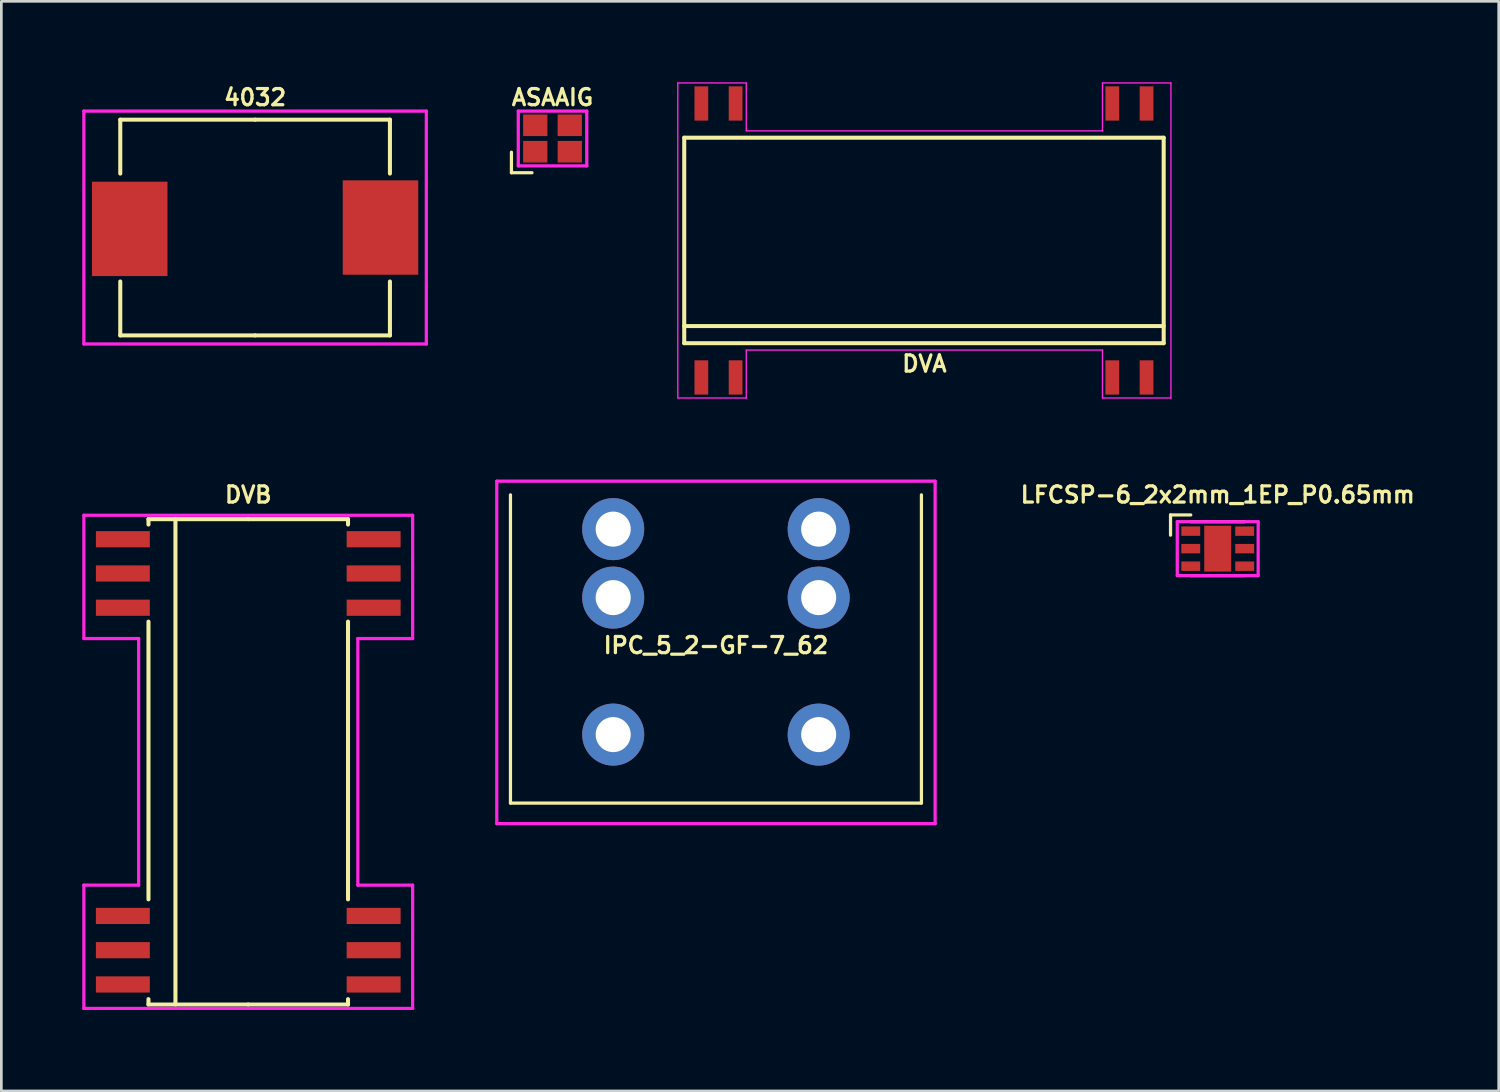
<source format=kicad_pcb>
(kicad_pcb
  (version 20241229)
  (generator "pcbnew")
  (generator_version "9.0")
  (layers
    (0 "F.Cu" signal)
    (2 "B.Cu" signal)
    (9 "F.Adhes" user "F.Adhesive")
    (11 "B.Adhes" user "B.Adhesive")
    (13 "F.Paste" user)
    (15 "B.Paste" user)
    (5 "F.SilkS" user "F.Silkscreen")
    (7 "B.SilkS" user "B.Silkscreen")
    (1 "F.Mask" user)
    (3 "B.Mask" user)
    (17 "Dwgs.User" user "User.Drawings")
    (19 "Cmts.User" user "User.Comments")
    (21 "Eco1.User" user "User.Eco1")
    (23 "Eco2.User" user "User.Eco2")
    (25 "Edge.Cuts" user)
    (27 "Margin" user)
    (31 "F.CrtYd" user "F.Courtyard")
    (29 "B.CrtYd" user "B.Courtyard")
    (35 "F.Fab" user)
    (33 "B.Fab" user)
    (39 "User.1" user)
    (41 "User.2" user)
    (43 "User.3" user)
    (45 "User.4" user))
  (footprint "ASAAIG"
    (layer "F.Cu")
    (at 17.44 2.086)
    (property "Reference" "ASAAIG" (at 0 -1.524 0) (layer "F.SilkS") (effects (font (size 0.6 0.6) (thickness 0.12))))
    (attr through_hole)
    (fp_line (start -1.524 0.508) (end -1.524 1.27) (stroke (width 0.12) (type solid)) (layer "F.SilkS"))
    (fp_line (start -1.524 1.27) (end -0.762 1.27) (stroke (width 0.12) (type solid)) (layer "F.SilkS"))
    (fp_line (start -1.27 -1.016) (end 1.27 -1.016) (stroke (width 0.12) (type solid)) (layer "F.CrtYd"))
    (fp_line (start -1.27 1.016) (end -1.27 -1.016) (stroke (width 0.12) (type solid)) (layer "F.CrtYd"))
    (fp_line (start 1.27 -1.016) (end 1.27 1.016) (stroke (width 0.12) (type solid)) (layer "F.CrtYd"))
    (fp_line (start 1.27 1.016) (end -1.27 1.016) (stroke (width 0.12) (type solid)) (layer "F.CrtYd"))
    (pad "1" smd rect (at -0.64 0.49) (size 0.9 0.8) (layers "F.Cu" "F.Mask" "F.Paste"))
    (pad "2" smd rect (at 0.64 0.49) (size 0.9 0.8) (layers "F.Cu" "F.Mask" "F.Paste"))
    (pad "3" smd rect (at 0.64 -0.49) (size 0.9 0.8) (layers "F.Cu" "F.Mask" "F.Paste"))
    (pad "4" smd rect (at -0.64 -0.49) (size 0.9 0.8) (layers "F.Cu" "F.Mask" "F.Paste")))
  (footprint "LFCSP-6_2x2mm_1EP_P0.65mm"
    (layer "F.Cu")
    (at 42.108 17.296)
    (property "Reference" "LFCSP-6_2x2mm_1EP_P0.65mm" (at 0 -2 0) (layer "F.SilkS") (effects (font (size 0.6 0.6) (thickness 0.12))))
    (attr through_hole)
    (fp_line (start -1.75 -1.25) (end -1 -1.25) (stroke (width 0.12) (type solid)) (layer "F.SilkS"))
    (fp_line (start -1.75 -0.5) (end -1.75 -1.25) (stroke (width 0.12) (type solid)) (layer "F.SilkS"))
    (fp_line (start -1 -1) (end 1 -1) (stroke (width 0.12) (type solid)) (layer "F.SilkS"))
    (fp_line (start -1 1) (end 1 1) (stroke (width 0.12) (type solid)) (layer "F.SilkS"))
    (fp_line (start -1.5 -1) (end 1.5 -1) (stroke (width 0.12) (type solid)) (layer "F.CrtYd"))
    (fp_line (start -1.5 1) (end -1.5 -1) (stroke (width 0.12) (type solid)) (layer "F.CrtYd"))
    (fp_line (start 1.5 -1) (end 1.5 1) (stroke (width 0.12) (type solid)) (layer "F.CrtYd"))
    (fp_line (start 1.5 1) (end -1.5 1) (stroke (width 0.12) (type solid)) (layer "F.CrtYd"))
    (pad "1" smd rect (at -1 -0.65) (size 0.7 0.35) (layers "F.Cu" "F.Mask" "F.Paste"))
    (pad "2" smd rect (at -1 0) (size 0.7 0.35) (layers "F.Cu" "F.Mask" "F.Paste"))
    (pad "3" smd rect (at -1 0.65) (size 0.7 0.35) (layers "F.Cu" "F.Mask" "F.Paste"))
    (pad "4" smd rect (at 1 0.65) (size 0.7 0.35) (layers "F.Cu" "F.Mask" "F.Paste"))
    (pad "5" smd rect (at 1 0) (size 0.7 0.35) (layers "F.Cu" "F.Mask" "F.Paste"))
    (pad "6" smd rect (at 1 -0.65) (size 0.7 0.35) (layers "F.Cu" "F.Mask" "F.Paste"))
    (pad "7" smd rect (at 0 0) (size 1 1.7) (layers "F.Cu" "F.Mask" "F.Paste")))
  (footprint "4032"
    (layer "F.Cu")
    (at 6.41 5.388)
    (property "Reference" "4032" (at 0 -4.826 0) (layer "F.SilkS") (effects (font (size 0.6 0.6) (thickness 0.12))))
    (attr through_hole)
    (fp_line (start -5 -4) (end -5 -2) (stroke (width 0.15) (type solid)) (layer "F.SilkS"))
    (fp_line (start -5 4) (end -5 2) (stroke (width 0.15) (type solid)) (layer "F.SilkS"))
    (fp_line (start 0 -4) (end -5 -4) (stroke (width 0.15) (type solid)) (layer "F.SilkS"))
    (fp_line (start 0 -4) (end 5 -4) (stroke (width 0.15) (type solid)) (layer "F.SilkS"))
    (fp_line (start 0 4) (end -5 4) (stroke (width 0.15) (type solid)) (layer "F.SilkS"))
    (fp_line (start 0 4) (end 5 4) (stroke (width 0.15) (type solid)) (layer "F.SilkS"))
    (fp_line (start 5 -4) (end 5 -2) (stroke (width 0.15) (type solid)) (layer "F.SilkS"))
    (fp_line (start 5 4) (end 5 2) (stroke (width 0.15) (type solid)) (layer "F.SilkS"))
    (fp_line (start -6.35 -4.318) (end 6.35 -4.318) (stroke (width 0.12) (type solid)) (layer "F.CrtYd"))
    (fp_line (start -6.35 4.318) (end -6.35 -4.318) (stroke (width 0.12) (type solid)) (layer "F.CrtYd"))
    (fp_line (start 6.35 -4.318) (end 6.35 4.318) (stroke (width 0.12) (type solid)) (layer "F.CrtYd"))
    (fp_line (start 6.35 4.318) (end -6.35 4.318) (stroke (width 0.12) (type solid)) (layer "F.CrtYd"))
    (pad "1" smd rect (at -4.65 0.05) (size 2.8 3.5) (layers "F.Cu" "F.Mask" "F.Paste"))
    (pad "2" smd rect (at 4.65 0) (size 2.8 3.5) (layers "F.Cu" "F.Mask" "F.Paste")))
  (footprint "DVB"
    (layer "F.Cu")
    (at 6.156 25.202)
    (property "Reference" "DVB" (at 0 -9.906 180) (layer "F.SilkS") (effects (font (size 0.6 0.6) (thickness 0.12))))
    (attr through_hole)
    (fp_line (start -3.7 -9) (end -3.7 -8.8) (stroke (width 0.15) (type solid)) (layer "F.SilkS"))
    (fp_line (start -3.7 -5.2) (end -3.7 5.1) (stroke (width 0.15) (type solid)) (layer "F.SilkS"))
    (fp_line (start -3.7 8.8) (end -3.7 9) (stroke (width 0.15) (type solid)) (layer "F.SilkS"))
    (fp_line (start -3.7 9) (end 0 9) (stroke (width 0.15) (type solid)) (layer "F.SilkS"))
    (fp_line (start -2.7 -9) (end -2.7 9) (stroke (width 0.15) (type solid)) (layer "F.SilkS"))
    (fp_line (start 0 -9) (end -3.7 -9) (stroke (width 0.15) (type solid)) (layer "F.SilkS"))
    (fp_line (start 0 -9) (end 3.7 -9) (stroke (width 0.15) (type solid)) (layer "F.SilkS"))
    (fp_line (start 0 9) (end 3.7 9) (stroke (width 0.15) (type solid)) (layer "F.SilkS"))
    (fp_line (start 3.7 -9) (end 3.7 -8.8) (stroke (width 0.15) (type solid)) (layer "F.SilkS"))
    (fp_line (start 3.7 -5.1) (end 3.7 -5.2) (stroke (width 0.15) (type solid)) (layer "F.SilkS"))
    (fp_line (start 3.7 5.1) (end 3.7 -5.1) (stroke (width 0.15) (type solid)) (layer "F.SilkS"))
    (fp_line (start 3.7 9) (end 3.7 8.8) (stroke (width 0.15) (type solid)) (layer "F.SilkS"))
    (fp_line (start -6.096 -9.144) (end -6.096 -4.572) (stroke (width 0.12) (type solid)) (layer "F.CrtYd"))
    (fp_line (start -6.096 -9.144) (end 6.096 -9.144) (stroke (width 0.12) (type solid)) (layer "F.CrtYd"))
    (fp_line (start -6.096 -4.572) (end -4.064 -4.572) (stroke (width 0.12) (type solid)) (layer "F.CrtYd"))
    (fp_line (start -6.096 4.572) (end -6.096 9.144) (stroke (width 0.12) (type solid)) (layer "F.CrtYd"))
    (fp_line (start -4.064 -4.572) (end -4.064 4.572) (stroke (width 0.12) (type solid)) (layer "F.CrtYd"))
    (fp_line (start -4.064 4.572) (end -6.096 4.572) (stroke (width 0.12) (type solid)) (layer "F.CrtYd"))
    (fp_line (start 4.064 -4.572) (end 6.096 -4.572) (stroke (width 0.12) (type solid)) (layer "F.CrtYd"))
    (fp_line (start 4.064 4.572) (end 4.064 -4.572) (stroke (width 0.12) (type solid)) (layer "F.CrtYd"))
    (fp_line (start 6.096 -4.572) (end 6.096 -9.144) (stroke (width 0.12) (type solid)) (layer "F.CrtYd"))
    (fp_line (start 6.096 4.572) (end 4.064 4.572) (stroke (width 0.12) (type solid)) (layer "F.CrtYd"))
    (fp_line (start 6.096 9.144) (end -6.096 9.144) (stroke (width 0.12) (type solid)) (layer "F.CrtYd"))
    (fp_line (start 6.096 9.144) (end 6.096 4.572) (stroke (width 0.12) (type solid)) (layer "F.CrtYd"))
    (pad "1" smd rect (at -4.65 -8.255) (size 2 0.6) (layers "F.Cu" "F.Mask" "F.Paste"))
    (pad "2" smd rect (at -4.65 -6.985) (size 2 0.6) (layers "F.Cu" "F.Mask" "F.Paste"))
    (pad "3" smd rect (at -4.65 -5.715) (size 2 0.6) (layers "F.Cu" "F.Mask" "F.Paste"))
    (pad "12" smd rect (at -4.65 5.715) (size 2 0.6) (layers "F.Cu" "F.Mask" "F.Paste"))
    (pad "13" smd rect (at -4.65 6.985) (size 2 0.6) (layers "F.Cu" "F.Mask" "F.Paste"))
    (pad "14" smd rect (at -4.65 8.255) (size 2 0.6) (layers "F.Cu" "F.Mask" "F.Paste"))
    (pad "15" smd rect (at 4.65 8.255) (size 2 0.6) (layers "F.Cu" "F.Mask" "F.Paste"))
    (pad "16" smd rect (at 4.65 6.985) (size 2 0.6) (layers "F.Cu" "F.Mask" "F.Paste"))
    (pad "17" smd rect (at 4.65 5.715) (size 2 0.6) (layers "F.Cu" "F.Mask" "F.Paste"))
    (pad "26" smd rect (at 4.65 -5.715) (size 2 0.6) (layers "F.Cu" "F.Mask" "F.Paste"))
    (pad "27" smd rect (at 4.65 -6.985) (size 2 0.6) (layers "F.Cu" "F.Mask" "F.Paste"))
    (pad "28" smd rect (at 4.65 -8.255) (size 2 0.6) (layers "F.Cu" "F.Mask" "F.Paste")))
  (footprint "IPC_5_2-GF-7_62"
    (layer "F.Cu")
    (at 23.5 20.382)
    (property "Reference" "IPC_5_2-GF-7_62" (at 0 0.5 0) (layer "F.SilkS") (effects (font (size 0.6 0.6) (thickness 0.12))))
    (attr through_hole)
    (fp_line (start -7.62 6.35) (end -7.62 -5.08) (stroke (width 0.12) (type solid)) (layer "F.SilkS"))
    (fp_line (start 7.62 -5.08) (end 7.62 6.35) (stroke (width 0.12) (type solid)) (layer "F.SilkS"))
    (fp_line (start 7.62 6.35) (end -7.62 6.35) (stroke (width 0.12) (type solid)) (layer "F.SilkS"))
    (fp_line (start -8.128 -5.588) (end -8.128 7.112) (stroke (width 0.12) (type solid)) (layer "F.CrtYd"))
    (fp_line (start -8.128 7.112) (end 8.128 7.112) (stroke (width 0.12) (type solid)) (layer "F.CrtYd"))
    (fp_line (start 8.128 -5.588) (end -8.128 -5.588) (stroke (width 0.12) (type solid)) (layer "F.CrtYd"))
    (fp_line (start 8.128 7.112) (end 8.128 -5.588) (stroke (width 0.12) (type solid)) (layer "F.CrtYd"))
    (pad "1" thru_hole circle (at 3.81 -3.81) (size 2.3 2.3) (drill 1.3) (layers "*.Cu" "*.Mask"))
    (pad "1" thru_hole circle (at 3.81 -1.27) (size 2.3 2.3) (drill 1.3) (layers "*.Cu" "*.Mask"))
    (pad "1" thru_hole circle (at 3.81 3.81) (size 2.3 2.3) (drill 1.3) (layers "*.Cu" "*.Mask"))
    (pad "2" thru_hole circle (at -3.81 -3.81) (size 2.3 2.3) (drill 1.3) (layers "*.Cu" "*.Mask"))
    (pad "2" thru_hole circle (at -3.81 -1.27) (size 2.3 2.3) (drill 1.3) (layers "*.Cu" "*.Mask"))
    (pad "2" thru_hole circle (at -3.81 3.81) (size 2.3 2.3) (drill 1.3) (layers "*.Cu" "*.Mask")))
  (footprint "DVA"
    (layer "F.Cu")
    (at 31.229 5.867)
    (property "Reference" "DVA" (at 0 4.572 180) (layer "F.SilkS") (effects (font (size 0.6 0.6) (thickness 0.12))))
    (attr through_hole)
    (fp_line (start -8.905 -3.81) (end 8.875 -3.81) (stroke (width 0.15) (type solid)) (layer "F.SilkS"))
    (fp_line (start -8.905 3.175) (end 8.875 3.175) (stroke (width 0.15) (type solid)) (layer "F.SilkS"))
    (fp_line (start -8.905 3.81) (end -8.905 -3.81) (stroke (width 0.15) (type solid)) (layer "F.SilkS"))
    (fp_line (start 8.875 -3.81) (end 8.875 3.81) (stroke (width 0.15) (type solid)) (layer "F.SilkS"))
    (fp_line (start 8.875 3.81) (end -8.905 3.81) (stroke (width 0.15) (type solid)) (layer "F.SilkS"))
    (fp_line (start -9.144 -5.842) (end -6.604 -5.842) (stroke (width 0.05) (type solid)) (layer "F.CrtYd"))
    (fp_line (start -9.144 5.842) (end -9.144 -5.842) (stroke (width 0.05) (type solid)) (layer "F.CrtYd"))
    (fp_line (start -9.144 5.842) (end -6.604 5.842) (stroke (width 0.05) (type solid)) (layer "F.CrtYd"))
    (fp_line (start -6.604 -5.842) (end -6.604 -4.064) (stroke (width 0.05) (type solid)) (layer "F.CrtYd"))
    (fp_line (start -6.604 -4.064) (end 6.604 -4.064) (stroke (width 0.05) (type solid)) (layer "F.CrtYd"))
    (fp_line (start -6.604 4.064) (end 6.604 4.064) (stroke (width 0.05) (type solid)) (layer "F.CrtYd"))
    (fp_line (start -6.604 5.842) (end -6.604 4.064) (stroke (width 0.05) (type solid)) (layer "F.CrtYd"))
    (fp_line (start 6.604 -5.842) (end 9.144 -5.842) (stroke (width 0.05) (type solid)) (layer "F.CrtYd"))
    (fp_line (start 6.604 -4.064) (end 6.604 -5.842) (stroke (width 0.05) (type solid)) (layer "F.CrtYd"))
    (fp_line (start 6.604 4.064) (end 6.604 5.842) (stroke (width 0.05) (type solid)) (layer "F.CrtYd"))
    (fp_line (start 6.604 5.842) (end 9.144 5.842) (stroke (width 0.05) (type solid)) (layer "F.CrtYd"))
    (fp_line (start 9.144 -5.842) (end 9.144 5.842) (stroke (width 0.05) (type solid)) (layer "F.CrtYd"))
    (pad "1" smd rect (at -8.27 5.08) (size 0.51 1.27) (layers "F.Cu" "F.Mask" "F.Paste"))
    (pad "2" smd rect (at -7 5.08) (size 0.51 1.27) (layers "F.Cu" "F.Mask" "F.Paste"))
    (pad "7" smd rect (at 6.97 5.08) (size 0.51 1.27) (layers "F.Cu" "F.Mask" "F.Paste"))
    (pad "8" smd rect (at 8.24 5.08) (size 0.51 1.27) (layers "F.Cu" "F.Mask" "F.Paste"))
    (pad "9" smd rect (at 8.24 -5.08) (size 0.51 1.27) (layers "F.Cu" "F.Mask" "F.Paste"))
    (pad "10" smd rect (at 6.97 -5.08) (size 0.51 1.27) (layers "F.Cu" "F.Mask" "F.Paste"))
    (pad "15" smd rect (at -7 -5.08) (size 0.51 1.27) (layers "F.Cu" "F.Mask" "F.Paste"))
    (pad "16" smd rect (at -8.27 -5.08) (size 0.51 1.27) (layers "F.Cu" "F.Mask" "F.Paste")))
  (gr_rect
    (start -3 -3)
    (end 52.528 37.406)
    (stroke (width 0.1) (type default))
    (fill no)
    (layer "Edge.Cuts")))
</source>
